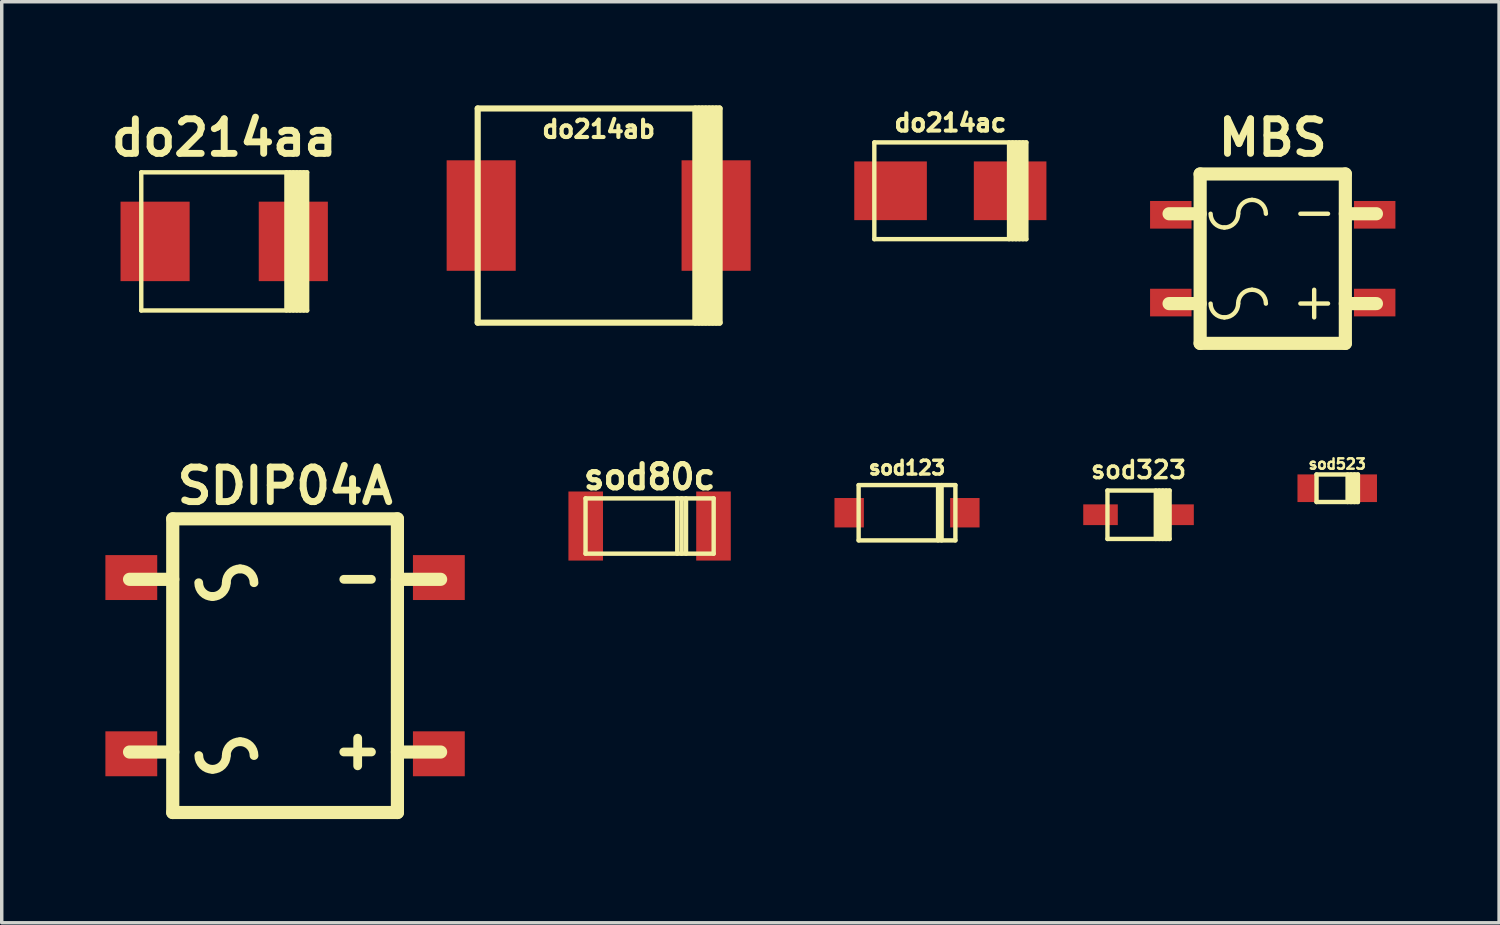
<source format=kicad_pcb>
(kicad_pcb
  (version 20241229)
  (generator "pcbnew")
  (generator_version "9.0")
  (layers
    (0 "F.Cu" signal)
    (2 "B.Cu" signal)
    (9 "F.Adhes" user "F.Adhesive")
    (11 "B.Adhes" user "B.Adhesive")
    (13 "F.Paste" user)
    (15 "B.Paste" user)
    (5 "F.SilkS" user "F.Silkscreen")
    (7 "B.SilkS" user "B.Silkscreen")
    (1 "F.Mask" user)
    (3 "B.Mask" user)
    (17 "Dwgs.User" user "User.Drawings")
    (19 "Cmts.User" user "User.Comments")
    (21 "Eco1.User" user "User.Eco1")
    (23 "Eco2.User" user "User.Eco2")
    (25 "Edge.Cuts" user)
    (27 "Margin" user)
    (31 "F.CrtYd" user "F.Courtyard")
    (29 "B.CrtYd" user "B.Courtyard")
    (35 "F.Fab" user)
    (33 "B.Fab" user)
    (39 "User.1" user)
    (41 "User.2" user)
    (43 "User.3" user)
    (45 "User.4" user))
  (footprint "sod323"
    (layer "F.Cu")
    (at 29.898 11.846)
    (property "Reference" "sod323" (at 0 -1.3 0) (layer "F.SilkS") (effects (font (size 0.5 0.5) (thickness 0.1))))
    (attr smd)
    (fp_line (start -0.899 -0.701) (end -0.899 0.701) (stroke (width 0.127) (type solid)) (layer "F.SilkS"))
    (fp_line (start -0.899 0.701) (end 0.899 0.701) (stroke (width 0.127) (type solid)) (layer "F.SilkS"))
    (fp_line (start 0.5 -0.701) (end 0.5 0.701) (stroke (width 0.127) (type solid)) (layer "F.SilkS"))
    (fp_line (start 0.599 -0.701) (end 0.599 0.701) (stroke (width 0.127) (type solid)) (layer "F.SilkS"))
    (fp_line (start 0.701 0.701) (end 0.701 -0.701) (stroke (width 0.127) (type solid)) (layer "F.SilkS"))
    (fp_line (start 0.8 -0.701) (end 0.8 0.701) (stroke (width 0.127) (type solid)) (layer "F.SilkS"))
    (fp_line (start 0.899 -0.701) (end -0.899 -0.701) (stroke (width 0.127) (type solid)) (layer "F.SilkS"))
    (fp_line (start 0.899 0.701) (end 0.899 -0.701) (stroke (width 0.127) (type solid)) (layer "F.SilkS"))
    (pad "1" smd rect (at -1.1 0) (size 1 0.6) (layers "F.Cu" "F.Mask" "F.Paste"))
    (pad "2" smd rect (at 1.1 0) (size 1 0.6) (layers "F.Cu" "F.Mask" "F.Paste")))
  (footprint "do214ac"
    (layer "F.Cu")
    (at 24.452 2.471)
    (property "Reference" "do214ac" (at 0 -1.968 0) (layer "F.SilkS") (effects (font (size 0.5 0.5) (thickness 0.119))))
    (attr smd)
    (fp_line (start -2.2 -1.4) (end -2.2 1.4) (stroke (width 0.127) (type solid)) (layer "F.SilkS"))
    (fp_line (start -2.2 1.4) (end 2.2 1.4) (stroke (width 0.127) (type solid)) (layer "F.SilkS"))
    (fp_line (start 1.699 -1.4) (end 1.699 1.4) (stroke (width 0.127) (type solid)) (layer "F.SilkS"))
    (fp_line (start 1.801 -1.4) (end 1.801 1.4) (stroke (width 0.127) (type solid)) (layer "F.SilkS"))
    (fp_line (start 1.9 1.4) (end 1.9 -1.4) (stroke (width 0.127) (type solid)) (layer "F.SilkS"))
    (fp_line (start 1.999 -1.4) (end 1.999 1.4) (stroke (width 0.127) (type solid)) (layer "F.SilkS"))
    (fp_line (start 2.101 1.4) (end 2.101 -1.4) (stroke (width 0.127) (type solid)) (layer "F.SilkS"))
    (fp_line (start 2.2 -1.4) (end -2.2 -1.4) (stroke (width 0.127) (type solid)) (layer "F.SilkS"))
    (fp_line (start 2.2 1.4) (end 2.2 -1.4) (stroke (width 0.127) (type solid)) (layer "F.SilkS"))
    (pad "1" smd rect (at -1.73 0) (size 2.101 1.699) (layers "F.Cu" "F.Mask" "F.Paste"))
    (pad "2" smd rect (at 1.73 0) (size 2.101 1.699) (layers "F.Cu" "F.Mask" "F.Paste")))
  (footprint "MBS"
    (layer "F.Cu")
    (at 33.782 4.436)
    (property "Reference" "MBS" (at 0 -3.5 0) (layer "F.SilkS") (effects (font (size 1 1) (thickness 0.2))))
    (attr smd)
    (fp_line (start -2.101 -2.451) (end -2.101 2.451) (stroke (width 0.381) (type solid)) (layer "F.SilkS"))
    (fp_line (start -2.101 -1.3) (end -3 -1.3) (stroke (width 0.381) (type solid)) (layer "F.SilkS"))
    (fp_line (start -2.101 1.3) (end -3 1.3) (stroke (width 0.381) (type solid)) (layer "F.SilkS"))
    (fp_line (start -2.101 2.451) (end 2.101 2.451) (stroke (width 0.381) (type solid)) (layer "F.SilkS"))
    (fp_line (start 1.199 0.899) (end 1.199 1.699) (stroke (width 0.127) (type solid)) (layer "F.SilkS"))
    (fp_line (start 1.6 -1.3) (end 0.8 -1.3) (stroke (width 0.127) (type solid)) (layer "F.SilkS"))
    (fp_line (start 1.6 1.298) (end 0.8 1.298) (stroke (width 0.127) (type solid)) (layer "F.SilkS"))
    (fp_line (start 2.101 -2.451) (end -2.101 -2.451) (stroke (width 0.381) (type solid)) (layer "F.SilkS"))
    (fp_line (start 2.101 -1.3) (end 3 -1.3) (stroke (width 0.381) (type solid)) (layer "F.SilkS"))
    (fp_line (start 2.101 1.3) (end 3 1.3) (stroke (width 0.381) (type solid)) (layer "F.SilkS"))
    (fp_line (start 2.101 2.451) (end 2.101 -2.451) (stroke (width 0.381) (type solid)) (layer "F.SilkS"))
    (fp_arc (start -1.39954 -0.9017) (mid -1.68152 -1.0185) (end -1.79832 -1.30048) (stroke (width 0.127) (type solid)) (layer "F.SilkS"))
    (fp_arc (start -1.39954 1.69926) (mid -1.68152 1.58246) (end -1.79832 1.30048) (stroke (width 0.127) (type solid)) (layer "F.SilkS"))
    (fp_arc (start -1.00076 -1.30048) (mid -1.11756 -1.0185) (end -1.39954 -0.9017) (stroke (width 0.127) (type solid)) (layer "F.SilkS"))
    (fp_arc (start -1.00076 -1.30048) (mid -0.883216 -1.584256) (end -0.59944 -1.7018) (stroke (width 0.127) (type solid)) (layer "F.SilkS"))
    (fp_arc (start -1.00076 1.30048) (mid -1.11756 1.58246) (end -1.39954 1.69926) (stroke (width 0.127) (type solid)) (layer "F.SilkS"))
    (fp_arc (start -1.00076 1.30048) (mid -0.883216 1.016704) (end -0.59944 0.89916) (stroke (width 0.127) (type solid)) (layer "F.SilkS"))
    (fp_arc (start -0.59944 -1.7018) (mid -0.315664 -1.584256) (end -0.19812 -1.30048) (stroke (width 0.127) (type solid)) (layer "F.SilkS"))
    (fp_arc (start -0.59944 0.89916) (mid -0.315664 1.016704) (end -0.19812 1.30048) (stroke (width 0.127) (type solid)) (layer "F.SilkS"))
    (pad "1" smd rect (at 2.95 1.27) (size 1.2 0.8) (layers "F.Cu" "F.Mask" "F.Paste"))
    (pad "2" smd rect (at -2.95 -1.27) (size 1.2 0.8) (layers "F.Cu" "F.Mask" "F.Paste"))
    (pad "3" smd rect (at -2.95 1.27) (size 1.2 0.8) (layers "F.Cu" "F.Mask" "F.Paste"))
    (pad "4" smd rect (at 2.95 -1.27) (size 1.2 0.8) (layers "F.Cu" "F.Mask" "F.Paste")))
  (footprint "sod523"
    (layer "F.Cu")
    (at 35.648 11.079)
    (property "Reference" "sod523" (at 0 -0.701 0) (layer "F.SilkS") (effects (font (size 0.3 0.3) (thickness 0.071))))
    (attr smd)
    (fp_line (start -0.599 -0.399) (end -0.599 0.399) (stroke (width 0.127) (type solid)) (layer "F.SilkS"))
    (fp_line (start -0.599 0.399) (end 0.599 0.399) (stroke (width 0.127) (type solid)) (layer "F.SilkS"))
    (fp_line (start 0.3 -0.399) (end 0.3 0.399) (stroke (width 0.127) (type solid)) (layer "F.SilkS"))
    (fp_line (start 0.399 -0.399) (end 0.399 0.399) (stroke (width 0.127) (type solid)) (layer "F.SilkS"))
    (fp_line (start 0.5 0.399) (end 0.5 -0.399) (stroke (width 0.127) (type solid)) (layer "F.SilkS"))
    (fp_line (start 0.599 -0.399) (end -0.599 -0.399) (stroke (width 0.127) (type solid)) (layer "F.SilkS"))
    (fp_line (start 0.599 0.399) (end 0.599 -0.399) (stroke (width 0.127) (type solid)) (layer "F.SilkS"))
    (pad "1" smd rect (at -0.851 0) (size 0.599 0.8) (layers "F.Cu" "F.Mask" "F.Paste"))
    (pad "2" smd rect (at 0.851 0) (size 0.599 0.8) (layers "F.Cu" "F.Mask" "F.Paste")))
  (footprint "sod80c"
    (layer "F.Cu")
    (at 15.749 12.173)
    (property "Reference" "sod80c" (at 0 -1.422 0) (layer "F.SilkS") (effects (font (size 0.701 0.701) (thickness 0.15))))
    (attr smd)
    (fp_line (start -1.854 -0.8) (end -1.854 0.8) (stroke (width 0.127) (type solid)) (layer "F.SilkS"))
    (fp_line (start -1.854 0.8) (end 1.854 0.8) (stroke (width 0.127) (type solid)) (layer "F.SilkS"))
    (fp_line (start 0.8 -0.8) (end 0.8 0.8) (stroke (width 0.127) (type solid)) (layer "F.SilkS"))
    (fp_line (start 0.927 0.8) (end 0.927 -0.8) (stroke (width 0.127) (type solid)) (layer "F.SilkS"))
    (fp_line (start 1.054 -0.8) (end 1.054 0.8) (stroke (width 0.127) (type solid)) (layer "F.SilkS"))
    (fp_line (start 1.854 -0.8) (end -1.854 -0.8) (stroke (width 0.127) (type solid)) (layer "F.SilkS"))
    (fp_line (start 1.854 0.8) (end 1.854 -0.8) (stroke (width 0.127) (type solid)) (layer "F.SilkS"))
    (pad "1" smd rect (at -1.849 0) (size 1.001 1.999) (layers "F.Cu" "F.Mask" "F.Paste"))
    (pad "2" smd rect (at 1.849 0) (size 1.001 1.999) (layers "F.Cu" "F.Mask" "F.Paste")))
  (footprint "do214aa"
    (layer "F.Cu")
    (at 3.438 3.936)
    (property "Reference" "do214aa" (at 0 -3 0) (layer "F.SilkS") (effects (font (size 1 1) (thickness 0.2))))
    (attr smd)
    (fp_line (start -2.4 -1.999) (end 2.4 -1.999) (stroke (width 0.127) (type solid)) (layer "F.SilkS"))
    (fp_line (start -2.4 1.999) (end -2.4 -1.999) (stroke (width 0.127) (type solid)) (layer "F.SilkS"))
    (fp_line (start 1.801 -1.999) (end 1.801 1.999) (stroke (width 0.127) (type solid)) (layer "F.SilkS"))
    (fp_line (start 1.9 -1.999) (end 1.9 1.999) (stroke (width 0.127) (type solid)) (layer "F.SilkS"))
    (fp_line (start 1.999 1.999) (end 1.999 -1.999) (stroke (width 0.127) (type solid)) (layer "F.SilkS"))
    (fp_line (start 2.101 -1.999) (end 2.101 1.999) (stroke (width 0.127) (type solid)) (layer "F.SilkS"))
    (fp_line (start 2.2 1.999) (end 2.2 -1.999) (stroke (width 0.127) (type solid)) (layer "F.SilkS"))
    (fp_line (start 2.301 -1.999) (end 2.301 1.999) (stroke (width 0.127) (type solid)) (layer "F.SilkS"))
    (fp_line (start 2.4 -1.999) (end 2.4 1.999) (stroke (width 0.127) (type solid)) (layer "F.SilkS"))
    (fp_line (start 2.4 1.999) (end -2.4 1.999) (stroke (width 0.127) (type solid)) (layer "F.SilkS"))
    (pad "1" smd rect (at -2 0) (size 2 2.3) (layers "F.Cu" "F.Mask" "F.Paste"))
    (pad "2" smd rect (at 2 0) (size 2 2.3) (layers "F.Cu" "F.Mask" "F.Paste")))
  (footprint "sod123"
    (layer "F.Cu")
    (at 23.198 11.788)
    (property "Reference" "sod123" (at 0 -1.3 0) (layer "F.SilkS") (effects (font (size 0.4 0.4) (thickness 0.1))))
    (attr smd)
    (fp_line (start -1.4 -0.8) (end 1.4 -0.8) (stroke (width 0.127) (type solid)) (layer "F.SilkS"))
    (fp_line (start -1.4 0.8) (end -1.4 -0.8) (stroke (width 0.127) (type solid)) (layer "F.SilkS"))
    (fp_line (start 0.899 0.8) (end 0.899 -0.8) (stroke (width 0.127) (type solid)) (layer "F.SilkS"))
    (fp_line (start 1.001 -0.8) (end 1.001 0.8) (stroke (width 0.127) (type solid)) (layer "F.SilkS"))
    (fp_line (start 1.4 -0.8) (end 1.4 0.8) (stroke (width 0.127) (type solid)) (layer "F.SilkS"))
    (fp_line (start 1.4 0.8) (end -1.4 0.8) (stroke (width 0.127) (type solid)) (layer "F.SilkS"))
    (pad "1" smd rect (at -1.674 0) (size 0.851 0.851) (layers "F.Cu" "F.Mask" "F.Paste"))
    (pad "2" smd rect (at 1.674 0) (size 0.851 0.851) (layers "F.Cu" "F.Mask" "F.Paste")))
  (footprint "SDIP04A"
    (layer "F.Cu")
    (at 5.2 16.214)
    (property "Reference" "SDIP04A" (at 0 -5.2 0) (layer "F.SilkS") (effects (font (size 1 1) (thickness 0.2))))
    (attr smd)
    (fp_line (start -4.501 -2.499) (end -3.251 -2.499) (stroke (width 0.381) (type solid)) (layer "F.SilkS"))
    (fp_line (start -4.501 2.499) (end -3.251 2.499) (stroke (width 0.381) (type solid)) (layer "F.SilkS"))
    (fp_line (start -3.251 -4.249) (end -3.251 4.249) (stroke (width 0.381) (type solid)) (layer "F.SilkS"))
    (fp_line (start -3.251 4.249) (end 3.251 4.249) (stroke (width 0.381) (type solid)) (layer "F.SilkS"))
    (fp_line (start 2.101 2.098) (end 2.101 2.898) (stroke (width 0.254) (type solid)) (layer "F.SilkS"))
    (fp_line (start 2.499 -2.499) (end 1.699 -2.499) (stroke (width 0.254) (type solid)) (layer "F.SilkS"))
    (fp_line (start 2.499 2.497) (end 1.699 2.497) (stroke (width 0.254) (type solid)) (layer "F.SilkS"))
    (fp_line (start 3.251 -4.249) (end -3.251 -4.249) (stroke (width 0.381) (type solid)) (layer "F.SilkS"))
    (fp_line (start 3.251 4.249) (end 3.251 -4.249) (stroke (width 0.381) (type solid)) (layer "F.SilkS"))
    (fp_line (start 4.501 -2.499) (end 3.251 -2.499) (stroke (width 0.381) (type solid)) (layer "F.SilkS"))
    (fp_line (start 4.501 2.499) (end 3.251 2.499) (stroke (width 0.381) (type solid)) (layer "F.SilkS"))
    (fp_arc (start -2.10058 -2.00152) (mid -2.38256 -2.11832) (end -2.49936 -2.4003) (stroke (width 0.254) (type solid)) (layer "F.SilkS"))
    (fp_arc (start -2.09804 2.99974) (mid -2.38002 2.88294) (end -2.49682 2.60096) (stroke (width 0.254) (type solid)) (layer "F.SilkS"))
    (fp_arc (start -1.7018 -2.4003) (mid -1.8186 -2.11832) (end -2.10058 -2.00152) (stroke (width 0.254) (type solid)) (layer "F.SilkS"))
    (fp_arc (start -1.7018 -2.4003) (mid -1.584256 -2.684076) (end -1.30048 -2.80162) (stroke (width 0.254) (type solid)) (layer "F.SilkS"))
    (fp_arc (start -1.7018 2.60096) (mid -1.8186 2.88294) (end -2.10058 2.99974) (stroke (width 0.254) (type solid)) (layer "F.SilkS"))
    (fp_arc (start -1.7018 2.60096) (mid -1.584256 2.317184) (end -1.30048 2.19964) (stroke (width 0.254) (type solid)) (layer "F.SilkS"))
    (fp_arc (start -1.30048 -2.80162) (mid -1.016704 -2.684076) (end -0.89916 -2.4003) (stroke (width 0.254) (type solid)) (layer "F.SilkS"))
    (fp_arc (start -1.30048 2.19964) (mid -1.016704 2.317184) (end -0.89916 2.60096) (stroke (width 0.254) (type solid)) (layer "F.SilkS"))
    (pad "1" smd rect (at 4.45 2.55) (size 1.5 1.3) (layers "F.Cu" "F.Mask" "F.Paste"))
    (pad "2" smd rect (at -4.45 -2.55) (size 1.5 1.3) (layers "F.Cu" "F.Mask" "F.Paste"))
    (pad "3" smd rect (at -4.45 2.55) (size 1.5 1.3) (layers "F.Cu" "F.Mask" "F.Paste"))
    (pad "4" smd rect (at 4.45 -2.55) (size 1.5 1.3) (layers "F.Cu" "F.Mask" "F.Paste")))
  (footprint "do214ab"
    (layer "F.Cu")
    (at 14.274 3.188)
    (property "Reference" "do214ab" (at 0 -2.499 0) (layer "F.SilkS") (effects (font (size 0.5 0.5) (thickness 0.119))))
    (attr smd)
    (fp_line (start -3.5 3.099) (end -3.5 -3.099) (stroke (width 0.178) (type solid)) (layer "F.SilkS"))
    (fp_line (start -3.498 -3.099) (end 3.498 -3.099) (stroke (width 0.178) (type solid)) (layer "F.SilkS"))
    (fp_line (start 2.799 -3.099) (end 2.799 3.099) (stroke (width 0.178) (type solid)) (layer "F.SilkS"))
    (fp_line (start 2.901 3.099) (end 2.901 -3.099) (stroke (width 0.178) (type solid)) (layer "F.SilkS"))
    (fp_line (start 3 -3.099) (end 3 3.099) (stroke (width 0.178) (type solid)) (layer "F.SilkS"))
    (fp_line (start 3.099 3.099) (end 3.099 -3.099) (stroke (width 0.178) (type solid)) (layer "F.SilkS"))
    (fp_line (start 3.2 -3.099) (end 3.2 3.099) (stroke (width 0.178) (type solid)) (layer "F.SilkS"))
    (fp_line (start 3.299 3.099) (end 3.299 -3.099) (stroke (width 0.178) (type solid)) (layer "F.SilkS"))
    (fp_line (start 3.401 -3.099) (end 3.401 3.099) (stroke (width 0.178) (type solid)) (layer "F.SilkS"))
    (fp_line (start 3.5 -3.099) (end 3.5 3.099) (stroke (width 0.178) (type solid)) (layer "F.SilkS"))
    (fp_line (start 3.5 3.099) (end -3.5 3.099) (stroke (width 0.178) (type solid)) (layer "F.SilkS"))
    (pad "1" smd rect (at -3.399 0) (size 1.999 3.198) (layers "F.Cu" "F.Mask" "F.Paste"))
    (pad "2" smd rect (at 3.399 0) (size 1.999 3.198) (layers "F.Cu" "F.Mask" "F.Paste")))
  (gr_rect
    (start -3 -3)
    (end 40.332 23.654)
    (stroke (width 0.1) (type default))
    (fill no)
    (layer "Edge.Cuts")))
</source>
